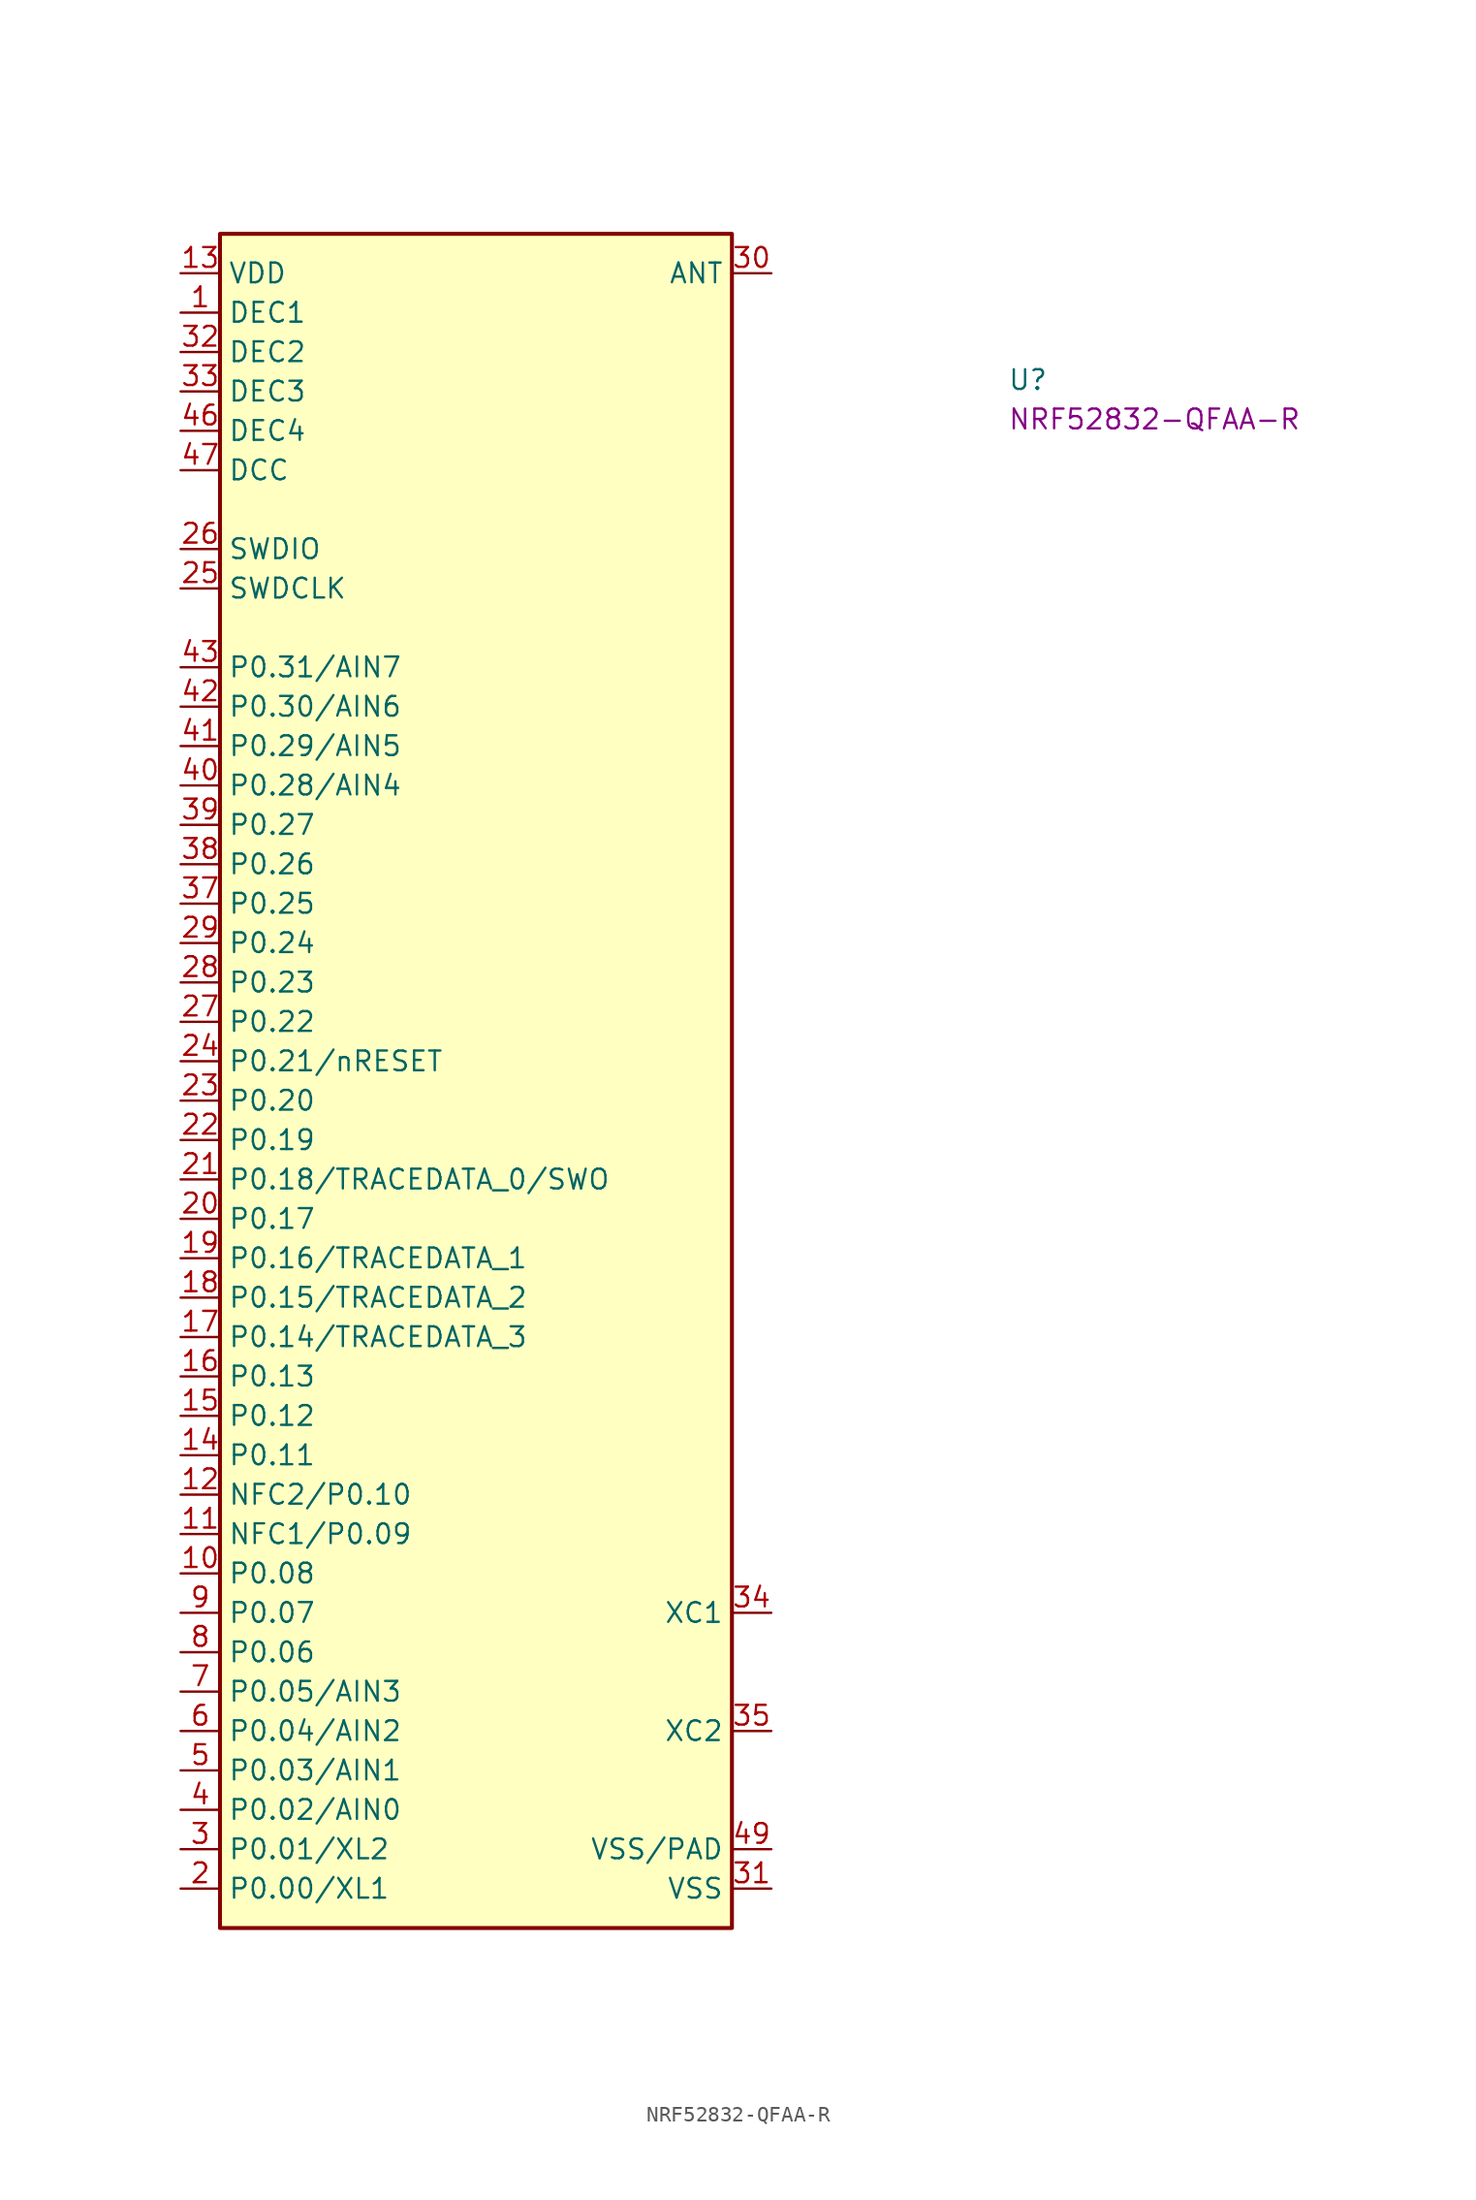
<source format=kicad_sym>
(kicad_symbol_lib
  (version 20220914)
  (generator kicad_symbol_editor)
  (symbol "NRF52832-QFAA-R"
    (property "Reference" "U"
      (at 53.34 -7.62 0)
      (effects (font (size 1.27 1.27) (thickness 0.15)) (justify left bottom)))
    (property "MPN" "NRF52832-QFAA-R"
      (at 53.34 -10.16 0)
      (effects (font (size 1.27 1.27) (thickness 0.15)) (justify left bottom)))
    (symbol "NRF52832-QFAA-R_1_1"
      (rectangle (start 2.54 2.54) (end 35.56 -106.68) (stroke (width 0.254) (type default)) (fill (type background)))
      (pin power_in line (at 0 -2.54 0) (length 2.54) (name "DEC1" (effects (font (size 1.27 1.27)))) (number "1" (effects (font (size 1.27 1.27)))))
      (pin bidirectional line (at 0 -83.82 0) (length 2.54) (name "P0.08" (effects (font (size 1.27 1.27)))) (number "10" (effects (font (size 1.27 1.27)))))
      (pin bidirectional line (at 0 -81.28 0) (length 2.54) (name "NFC1/P0.09" (effects (font (size 1.27 1.27)))) (number "11" (effects (font (size 1.27 1.27)))))
      (pin bidirectional line (at 0 -78.74 0) (length 2.54) (name "NFC2/P0.10" (effects (font (size 1.27 1.27)))) (number "12" (effects (font (size 1.27 1.27)))))
      (pin power_in line (at 0 0 0) (length 2.54) (name "VDD" (effects (font (size 1.27 1.27)))) (number "13" (effects (font (size 1.27 1.27)))))
      (pin bidirectional line (at 0 -76.2 0) (length 2.54) (name "P0.11" (effects (font (size 1.27 1.27)))) (number "14" (effects (font (size 1.27 1.27)))))
      (pin bidirectional line (at 0 -73.66 0) (length 2.54) (name "P0.12" (effects (font (size 1.27 1.27)))) (number "15" (effects (font (size 1.27 1.27)))))
      (pin bidirectional line (at 0 -71.12 0) (length 2.54) (name "P0.13" (effects (font (size 1.27 1.27)))) (number "16" (effects (font (size 1.27 1.27)))))
      (pin bidirectional line (at 0 -68.58 0) (length 2.54) (name "P0.14/TRACEDATA_3" (effects (font (size 1.27 1.27)))) (number "17" (effects (font (size 1.27 1.27)))))
      (pin bidirectional line (at 0 -66.04 0) (length 2.54) (name "P0.15/TRACEDATA_2" (effects (font (size 1.27 1.27)))) (number "18" (effects (font (size 1.27 1.27)))))
      (pin bidirectional line (at 0 -63.5 0) (length 2.54) (name "P0.16/TRACEDATA_1" (effects (font (size 1.27 1.27)))) (number "19" (effects (font (size 1.27 1.27)))))
      (pin bidirectional line (at 0 -104.14 0) (length 2.54) (name "P0.00/XL1" (effects (font (size 1.27 1.27)))) (number "2" (effects (font (size 1.27 1.27)))))
      (pin bidirectional line (at 0 -60.96 0) (length 2.54) (name "P0.17" (effects (font (size 1.27 1.27)))) (number "20" (effects (font (size 1.27 1.27)))))
      (pin bidirectional line (at 0 -58.42 0) (length 2.54) (name "P0.18/TRACEDATA_0/SWO" (effects (font (size 1.27 1.27)))) (number "21" (effects (font (size 1.27 1.27)))))
      (pin bidirectional line (at 0 -55.88 0) (length 2.54) (name "P0.19" (effects (font (size 1.27 1.27)))) (number "22" (effects (font (size 1.27 1.27)))))
      (pin bidirectional line (at 0 -53.34 0) (length 2.54) (name "P0.20" (effects (font (size 1.27 1.27)))) (number "23" (effects (font (size 1.27 1.27)))))
      (pin bidirectional line (at 0 -50.8 0) (length 2.54) (name "P0.21/nRESET" (effects (font (size 1.27 1.27)))) (number "24" (effects (font (size 1.27 1.27)))))
      (pin input line (at 0 -20.32 0) (length 2.54) (name "SWDCLK" (effects (font (size 1.27 1.27)))) (number "25" (effects (font (size 1.27 1.27)))))
      (pin bidirectional line (at 0 -17.78 0) (length 2.54) (name "SWDIO" (effects (font (size 1.27 1.27)))) (number "26" (effects (font (size 1.27 1.27)))))
      (pin bidirectional line (at 0 -48.26 0) (length 2.54) (name "P0.22" (effects (font (size 1.27 1.27)))) (number "27" (effects (font (size 1.27 1.27)))))
      (pin bidirectional line (at 0 -45.72 0) (length 2.54) (name "P0.23" (effects (font (size 1.27 1.27)))) (number "28" (effects (font (size 1.27 1.27)))))
      (pin bidirectional line (at 0 -43.18 0) (length 2.54) (name "P0.24" (effects (font (size 1.27 1.27)))) (number "29" (effects (font (size 1.27 1.27)))))
      (pin bidirectional line (at 0 -101.6 0) (length 2.54) (name "P0.01/XL2" (effects (font (size 1.27 1.27)))) (number "3" (effects (font (size 1.27 1.27)))))
      (pin bidirectional line (at 38.1 0 180) (length 2.54) (name "ANT" (effects (font (size 1.27 1.27)))) (number "30" (effects (font (size 1.27 1.27)))))
      (pin power_in line (at 38.1 -104.14 180) (length 2.54) (name "VSS" (effects (font (size 1.27 1.27)))) (number "31" (effects (font (size 1.27 1.27)))))
      (pin power_in line (at 0 -5.08 0) (length 2.54) (name "DEC2" (effects (font (size 1.27 1.27)))) (number "32" (effects (font (size 1.27 1.27)))))
      (pin power_in line (at 0 -7.62 0) (length 2.54) (name "DEC3" (effects (font (size 1.27 1.27)))) (number "33" (effects (font (size 1.27 1.27)))))
      (pin input line (at 38.1 -86.36 180) (length 2.54) (name "XC1" (effects (font (size 1.27 1.27)))) (number "34" (effects (font (size 1.27 1.27)))))
      (pin input line (at 38.1 -93.98 180) (length 2.54) (name "XC2" (effects (font (size 1.27 1.27)))) (number "35" (effects (font (size 1.27 1.27)))))
      (pin passive line (at 0 0 0) (length 2.54) hide (name "VDD" (effects (font (size 1.27 1.27)))) (number "36" (effects (font (size 1.27 1.27)))))
      (pin bidirectional line (at 0 -40.64 0) (length 2.54) (name "P0.25" (effects (font (size 1.27 1.27)))) (number "37" (effects (font (size 1.27 1.27)))))
      (pin bidirectional line (at 0 -38.1 0) (length 2.54) (name "P0.26" (effects (font (size 1.27 1.27)))) (number "38" (effects (font (size 1.27 1.27)))))
      (pin bidirectional line (at 0 -35.56 0) (length 2.54) (name "P0.27" (effects (font (size 1.27 1.27)))) (number "39" (effects (font (size 1.27 1.27)))))
      (pin bidirectional line (at 0 -99.06 0) (length 2.54) (name "P0.02/AIN0" (effects (font (size 1.27 1.27)))) (number "4" (effects (font (size 1.27 1.27)))))
      (pin bidirectional line (at 0 -33.02 0) (length 2.54) (name "P0.28/AIN4" (effects (font (size 1.27 1.27)))) (number "40" (effects (font (size 1.27 1.27)))))
      (pin bidirectional line (at 0 -30.48 0) (length 2.54) (name "P0.29/AIN5" (effects (font (size 1.27 1.27)))) (number "41" (effects (font (size 1.27 1.27)))))
      (pin bidirectional line (at 0 -27.94 0) (length 2.54) (name "P0.30/AIN6" (effects (font (size 1.27 1.27)))) (number "42" (effects (font (size 1.27 1.27)))))
      (pin bidirectional line (at 0 -25.4 0) (length 2.54) (name "P0.31/AIN7" (effects (font (size 1.27 1.27)))) (number "43" (effects (font (size 1.27 1.27)))))
      (pin no_connect line (at 35.56 -83.82 180) (length 2.54) hide (name "NC" (effects (font (size 1.27 1.27)))) (number "44" (effects (font (size 1.27 1.27)))))
      (pin passive line (at 38.1 -104.14 180) (length 2.54) hide (name "VSS" (effects (font (size 1.27 1.27)))) (number "45" (effects (font (size 1.27 1.27)))))
      (pin power_in line (at 0 -10.16 0) (length 2.54) (name "DEC4" (effects (font (size 1.27 1.27)))) (number "46" (effects (font (size 1.27 1.27)))))
      (pin power_out line (at 0 -12.7 0) (length 2.54) (name "DCC" (effects (font (size 1.27 1.27)))) (number "47" (effects (font (size 1.27 1.27)))))
      (pin passive line (at 0 0 0) (length 2.54) hide (name "VDD" (effects (font (size 1.27 1.27)))) (number "48" (effects (font (size 1.27 1.27)))))
      (pin power_in line (at 38.1 -101.6 180) (length 2.54) (name "VSS/PAD" (effects (font (size 1.27 1.27)))) (number "49" (effects (font (size 1.27 1.27)))))
      (pin bidirectional line (at 0 -96.52 0) (length 2.54) (name "P0.03/AIN1" (effects (font (size 1.27 1.27)))) (number "5" (effects (font (size 1.27 1.27)))))
      (pin bidirectional line (at 0 -93.98 0) (length 2.54) (name "P0.04/AIN2" (effects (font (size 1.27 1.27)))) (number "6" (effects (font (size 1.27 1.27)))))
      (pin bidirectional line (at 0 -91.44 0) (length 2.54) (name "P0.05/AIN3" (effects (font (size 1.27 1.27)))) (number "7" (effects (font (size 1.27 1.27)))))
      (pin bidirectional line (at 0 -88.9 0) (length 2.54) (name "P0.06" (effects (font (size 1.27 1.27)))) (number "8" (effects (font (size 1.27 1.27)))))
      (pin bidirectional line (at 0 -86.36 0) (length 2.54) (name "P0.07" (effects (font (size 1.27 1.27)))) (number "9" (effects (font (size 1.27 1.27))))))))
</source>
